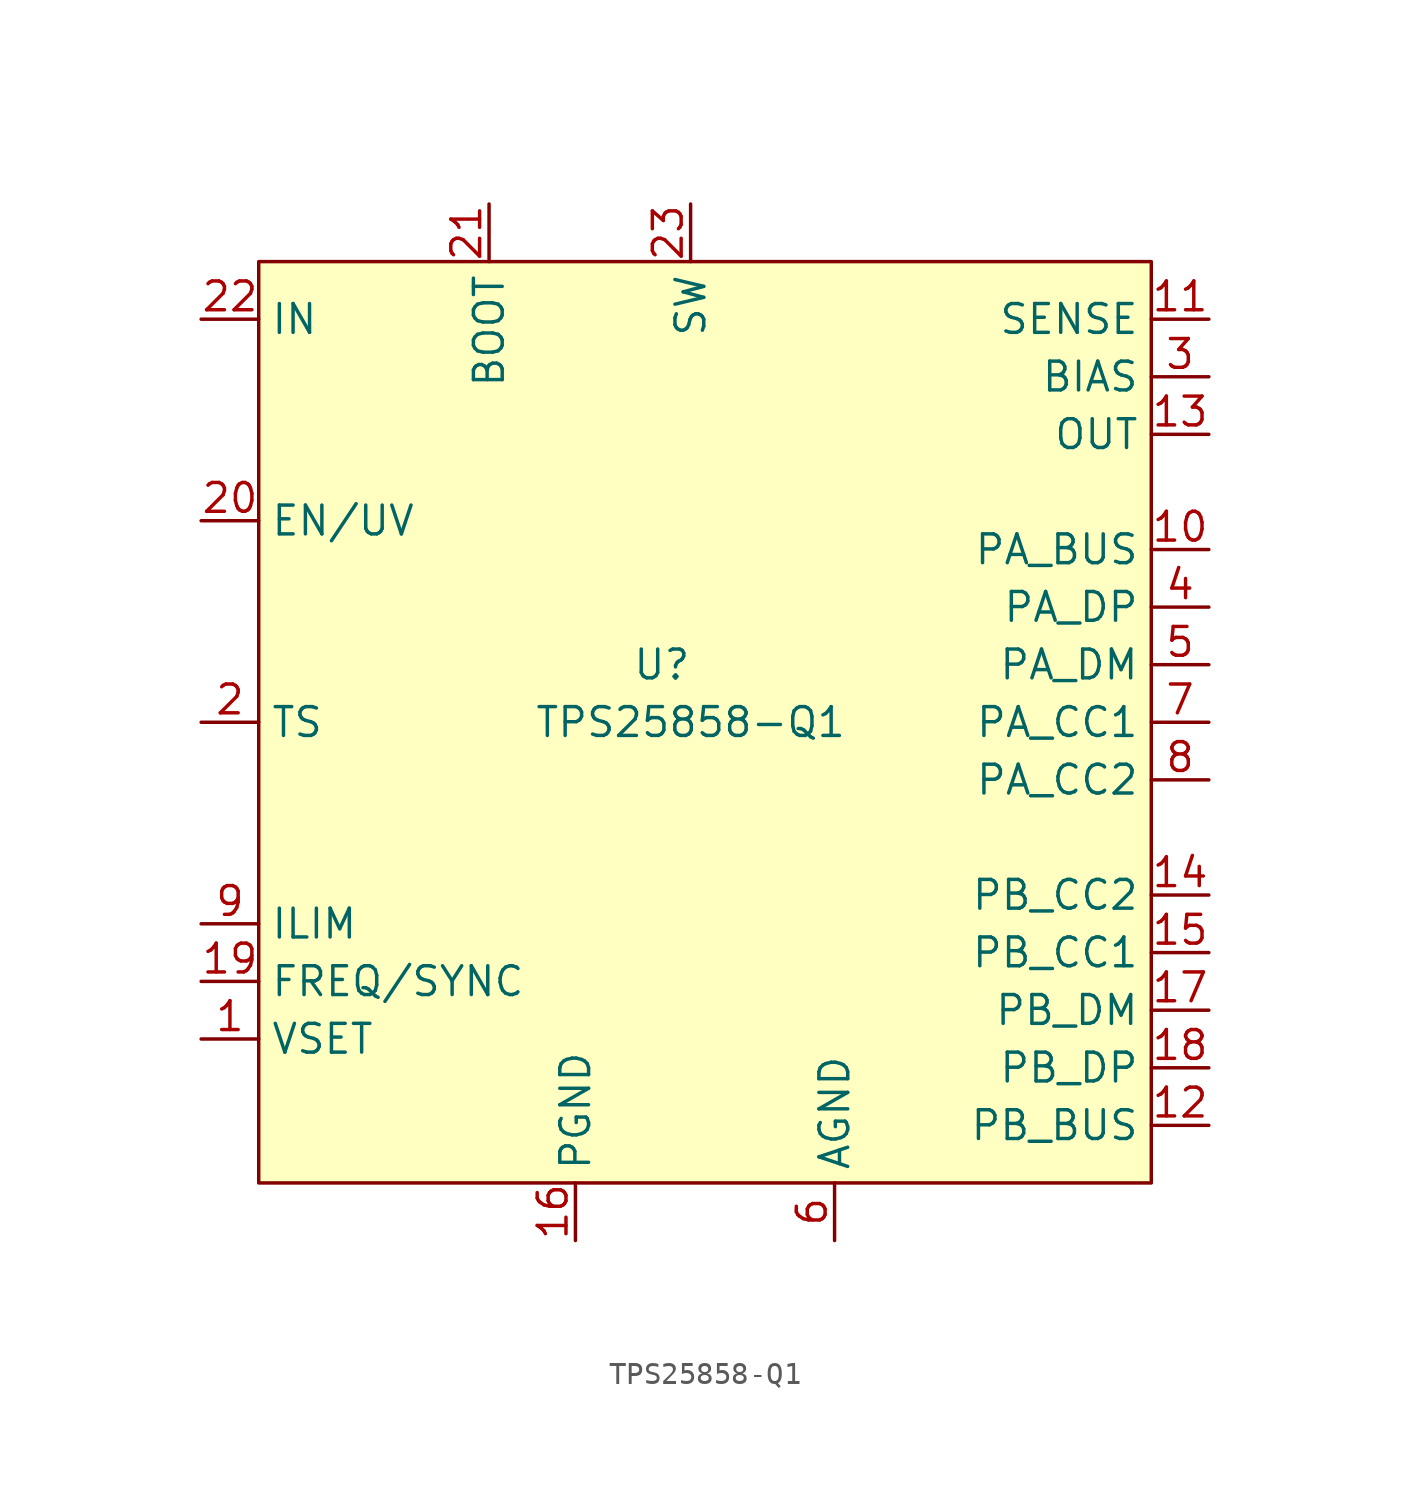
<source format=kicad_sym>
(kicad_symbol_lib
  (version 20220914)
  (generator kicad_symbol_editor)
  (symbol "TPS25858-Q1"
    (property "Reference" "U"
      (at 15.24 -15.24 0)
      (effects (font (size 1.27 1.27))))
    (property "Value" "TPS25858-Q1"
      (at 16.51 -17.78 0)
      (effects (font (size 1.27 1.27))))
    (symbol "TPS25858-Q1_0_0"
      (text "" (at 16.51 -17.78 0) (effects (font (size 1.27 1.27)))))
    (symbol "TPS25858-Q1_1_1"
      (rectangle (start -2.54 2.54) (end 36.83 -38.1) (stroke (width 0) (type default)) (fill (type background)))
      (pin passive line (at -5.08 -31.75 0) (length 2.54) (name "VSET" (effects (font (size 1.27 1.27)))) (number "1" (effects (font (size 1.27 1.27)))))
      (pin power_out line (at 39.37 -10.16 180) (length 2.54) (name "PA_BUS" (effects (font (size 1.27 1.27)))) (number "10" (effects (font (size 1.27 1.27)))))
      (pin input line (at 39.37 0 180) (length 2.54) (name "SENSE" (effects (font (size 1.27 1.27)))) (number "11" (effects (font (size 1.27 1.27)))))
      (pin power_out line (at 39.37 -35.56 180) (length 2.54) (name "PB_BUS" (effects (font (size 1.27 1.27)))) (number "12" (effects (font (size 1.27 1.27)))))
      (pin input line (at 39.37 -5.08 180) (length 2.54) (name "OUT" (effects (font (size 1.27 1.27)))) (number "13" (effects (font (size 1.27 1.27)))))
      (pin bidirectional line (at 39.37 -25.4 180) (length 2.54) (name "PB_CC2" (effects (font (size 1.27 1.27)))) (number "14" (effects (font (size 1.27 1.27)))))
      (pin bidirectional line (at 39.37 -27.94 180) (length 2.54) (name "PB_CC1" (effects (font (size 1.27 1.27)))) (number "15" (effects (font (size 1.27 1.27)))))
      (pin power_in line (at 11.43 -40.64 90) (length 2.54) (name "PGND" (effects (font (size 1.27 1.27)))) (number "16" (effects (font (size 1.27 1.27)))))
      (pin bidirectional line (at 39.37 -30.48 180) (length 2.54) (name "PB_DM" (effects (font (size 1.27 1.27)))) (number "17" (effects (font (size 1.27 1.27)))))
      (pin bidirectional line (at 39.37 -33.02 180) (length 2.54) (name "PB_DP" (effects (font (size 1.27 1.27)))) (number "18" (effects (font (size 1.27 1.27)))))
      (pin input line (at -5.08 -29.21 0) (length 2.54) (name "FREQ/SYNC" (effects (font (size 1.27 1.27)))) (number "19" (effects (font (size 1.27 1.27)))))
      (pin input line (at -5.08 -17.78 0) (length 2.54) (name "TS" (effects (font (size 1.27 1.27)))) (number "2" (effects (font (size 1.27 1.27)))))
      (pin input line (at -5.08 -8.89 0) (length 2.54) (name "EN/UV" (effects (font (size 1.27 1.27)))) (number "20" (effects (font (size 1.27 1.27)))))
      (pin input line (at 7.62 5.08 270) (length 2.54) (name "BOOT" (effects (font (size 1.27 1.27)))) (number "21" (effects (font (size 1.27 1.27)))))
      (pin power_in line (at -5.08 0 0) (length 2.54) (name "IN" (effects (font (size 1.27 1.27)))) (number "22" (effects (font (size 1.27 1.27)))))
      (pin input line (at 16.51 5.08 270) (length 2.54) (name "SW" (effects (font (size 1.27 1.27)))) (number "23" (effects (font (size 1.27 1.27)))))
      (pin power_in line (at 11.43 -40.64 90) (length 2.54) hide (name "PGND" (effects (font (size 1.27 1.27)))) (number "24" (effects (font (size 1.27 1.27)))))
      (pin power_in line (at 11.43 -40.64 90) (length 2.54) hide (name "PGND" (effects (font (size 1.27 1.27)))) (number "25" (effects (font (size 1.27 1.27)))))
      (pin input line (at 39.37 -2.54 180) (length 2.54) (name "BIAS" (effects (font (size 1.27 1.27)))) (number "3" (effects (font (size 1.27 1.27)))))
      (pin bidirectional line (at 39.37 -12.7 180) (length 2.54) (name "PA_DP" (effects (font (size 1.27 1.27)))) (number "4" (effects (font (size 1.27 1.27)))))
      (pin bidirectional line (at 39.37 -15.24 180) (length 2.54) (name "PA_DM" (effects (font (size 1.27 1.27)))) (number "5" (effects (font (size 1.27 1.27)))))
      (pin power_in line (at 22.86 -40.64 90) (length 2.54) (name "AGND" (effects (font (size 1.27 1.27)))) (number "6" (effects (font (size 1.27 1.27)))))
      (pin bidirectional line (at 39.37 -17.78 180) (length 2.54) (name "PA_CC1" (effects (font (size 1.27 1.27)))) (number "7" (effects (font (size 1.27 1.27)))))
      (pin bidirectional line (at 39.37 -20.32 180) (length 2.54) (name "PA_CC2" (effects (font (size 1.27 1.27)))) (number "8" (effects (font (size 1.27 1.27)))))
      (pin input line (at -5.08 -26.67 0) (length 2.54) (name "ILIM" (effects (font (size 1.27 1.27)))) (number "9" (effects (font (size 1.27 1.27))))))))
</source>
